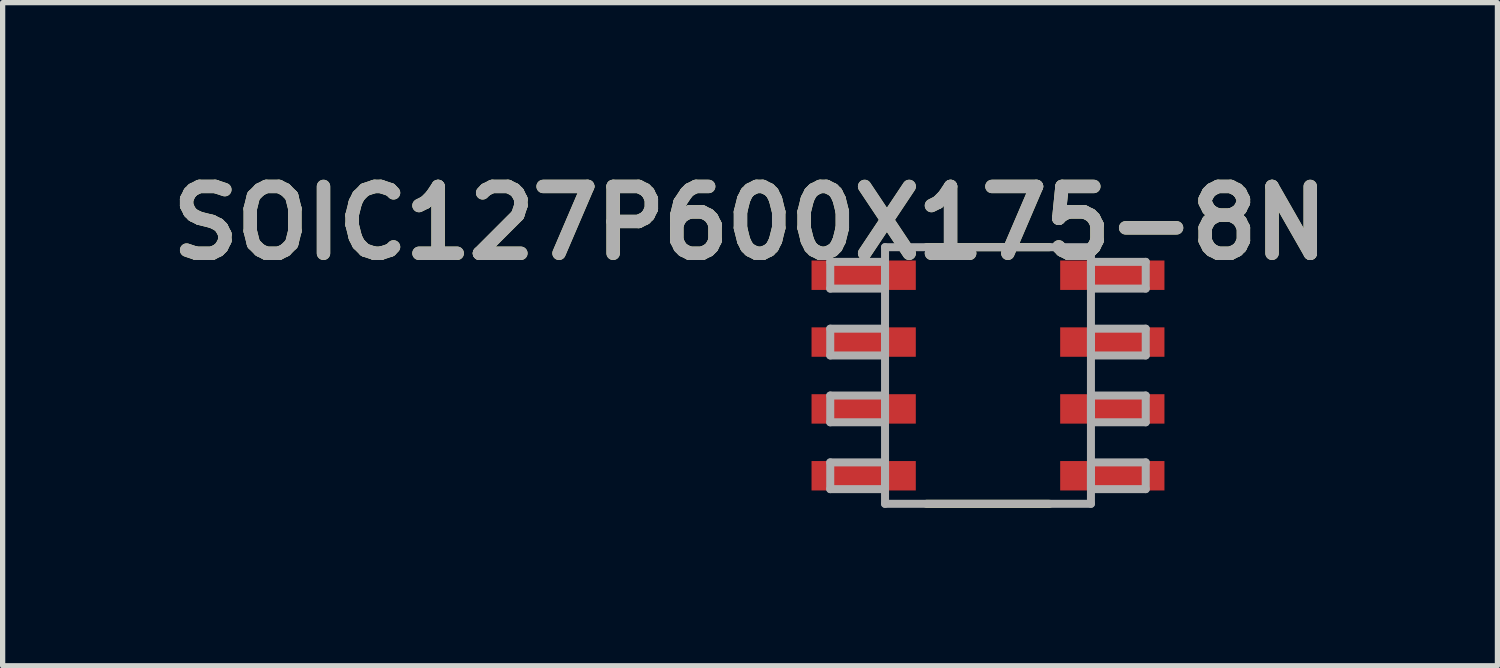
<source format=kicad_pcb>
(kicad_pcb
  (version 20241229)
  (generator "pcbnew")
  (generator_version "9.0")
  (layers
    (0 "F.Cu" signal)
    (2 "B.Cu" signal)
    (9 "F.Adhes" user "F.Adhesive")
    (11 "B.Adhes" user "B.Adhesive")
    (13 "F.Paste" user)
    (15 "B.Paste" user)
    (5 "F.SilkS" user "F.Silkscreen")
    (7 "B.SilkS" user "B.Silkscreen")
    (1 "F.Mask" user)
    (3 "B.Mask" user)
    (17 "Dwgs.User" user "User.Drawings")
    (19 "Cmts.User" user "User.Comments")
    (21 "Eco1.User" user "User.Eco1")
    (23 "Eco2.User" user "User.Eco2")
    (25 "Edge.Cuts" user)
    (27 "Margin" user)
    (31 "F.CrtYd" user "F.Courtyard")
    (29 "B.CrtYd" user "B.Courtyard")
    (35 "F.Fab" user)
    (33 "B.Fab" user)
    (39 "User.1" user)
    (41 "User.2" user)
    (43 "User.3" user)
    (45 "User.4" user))
  (footprint "SOIC127P600X175-8N"
    (layer "F.Cu")
    (at 15.721 4.084)
    (property "Reference" "SOIC127P600X175-8N" (at -4.521 -2.896 0) (layer "F.SilkS") (effects (font (size 1.27 1.27) (thickness 0.254))))
    (attr smd)
    (fp_line (start -1.168 2.438) (end 1.168 2.438) (stroke (width 0.152) (type solid)) (layer "F.SilkS"))
    (fp_line (start -0.305 -2.438) (end -1.168 -2.438) (stroke (width 0.152) (type solid)) (layer "F.SilkS"))
    (fp_line (start 0.305 -2.438) (end -0.305 -2.438) (stroke (width 0.152) (type solid)) (layer "F.SilkS"))
    (fp_line (start 1.168 -2.438) (end 0.305 -2.438) (stroke (width 0.152) (type solid)) (layer "F.SilkS"))
    (fp_line (start -2.997 -2.159) (end -2.997 -1.651) (stroke (width 0.152) (type solid)) (layer "F.Fab"))
    (fp_line (start -2.997 -1.651) (end -1.956 -1.651) (stroke (width 0.152) (type solid)) (layer "F.Fab"))
    (fp_line (start -2.997 -0.889) (end -2.997 -0.381) (stroke (width 0.152) (type solid)) (layer "F.Fab"))
    (fp_line (start -2.997 -0.381) (end -1.956 -0.381) (stroke (width 0.152) (type solid)) (layer "F.Fab"))
    (fp_line (start -2.997 0.381) (end -2.997 0.889) (stroke (width 0.152) (type solid)) (layer "F.Fab"))
    (fp_line (start -2.997 0.889) (end -1.956 0.889) (stroke (width 0.152) (type solid)) (layer "F.Fab"))
    (fp_line (start -2.997 1.651) (end -2.997 2.159) (stroke (width 0.152) (type solid)) (layer "F.Fab"))
    (fp_line (start -2.997 2.159) (end -1.956 2.159) (stroke (width 0.152) (type solid)) (layer "F.Fab"))
    (fp_line (start -1.956 -2.438) (end -1.956 2.438) (stroke (width 0.152) (type solid)) (layer "F.Fab"))
    (fp_line (start -1.956 -2.159) (end -2.997 -2.159) (stroke (width 0.152) (type solid)) (layer "F.Fab"))
    (fp_line (start -1.956 -1.651) (end -1.956 -2.159) (stroke (width 0.152) (type solid)) (layer "F.Fab"))
    (fp_line (start -1.956 -0.889) (end -2.997 -0.889) (stroke (width 0.152) (type solid)) (layer "F.Fab"))
    (fp_line (start -1.956 -0.381) (end -1.956 -0.889) (stroke (width 0.152) (type solid)) (layer "F.Fab"))
    (fp_line (start -1.956 0.381) (end -2.997 0.381) (stroke (width 0.152) (type solid)) (layer "F.Fab"))
    (fp_line (start -1.956 0.889) (end -1.956 0.381) (stroke (width 0.152) (type solid)) (layer "F.Fab"))
    (fp_line (start -1.956 1.651) (end -2.997 1.651) (stroke (width 0.152) (type solid)) (layer "F.Fab"))
    (fp_line (start -1.956 2.159) (end -1.956 1.651) (stroke (width 0.152) (type solid)) (layer "F.Fab"))
    (fp_line (start -1.956 2.438) (end 1.956 2.438) (stroke (width 0.152) (type solid)) (layer "F.Fab"))
    (fp_line (start -0.305 -2.438) (end -1.956 -2.438) (stroke (width 0.152) (type solid)) (layer "F.Fab"))
    (fp_line (start 0.305 -2.438) (end -0.305 -2.438) (stroke (width 0.152) (type solid)) (layer "F.Fab"))
    (fp_line (start 1.956 -2.438) (end 0.305 -2.438) (stroke (width 0.152) (type solid)) (layer "F.Fab"))
    (fp_line (start 1.956 -2.159) (end 1.956 -1.651) (stroke (width 0.152) (type solid)) (layer "F.Fab"))
    (fp_line (start 1.956 -1.651) (end 2.997 -1.651) (stroke (width 0.152) (type solid)) (layer "F.Fab"))
    (fp_line (start 1.956 -0.889) (end 1.956 -0.381) (stroke (width 0.152) (type solid)) (layer "F.Fab"))
    (fp_line (start 1.956 -0.381) (end 2.997 -0.381) (stroke (width 0.152) (type solid)) (layer "F.Fab"))
    (fp_line (start 1.956 0.381) (end 1.956 0.889) (stroke (width 0.152) (type solid)) (layer "F.Fab"))
    (fp_line (start 1.956 0.889) (end 2.997 0.889) (stroke (width 0.152) (type solid)) (layer "F.Fab"))
    (fp_line (start 1.956 1.651) (end 1.956 2.159) (stroke (width 0.152) (type solid)) (layer "F.Fab"))
    (fp_line (start 1.956 2.159) (end 2.997 2.159) (stroke (width 0.152) (type solid)) (layer "F.Fab"))
    (fp_line (start 1.956 2.438) (end 1.956 -2.438) (stroke (width 0.152) (type solid)) (layer "F.Fab"))
    (fp_line (start 2.997 -2.159) (end 1.956 -2.159) (stroke (width 0.152) (type solid)) (layer "F.Fab"))
    (fp_line (start 2.997 -1.651) (end 2.997 -2.159) (stroke (width 0.152) (type solid)) (layer "F.Fab"))
    (fp_line (start 2.997 -0.889) (end 1.956 -0.889) (stroke (width 0.152) (type solid)) (layer "F.Fab"))
    (fp_line (start 2.997 -0.381) (end 2.997 -0.889) (stroke (width 0.152) (type solid)) (layer "F.Fab"))
    (fp_line (start 2.997 0.381) (end 1.956 0.381) (stroke (width 0.152) (type solid)) (layer "F.Fab"))
    (fp_line (start 2.997 0.889) (end 2.997 0.381) (stroke (width 0.152) (type solid)) (layer "F.Fab"))
    (fp_line (start 2.997 1.651) (end 1.956 1.651) (stroke (width 0.152) (type solid)) (layer "F.Fab"))
    (fp_line (start 2.997 2.159) (end 2.997 1.651) (stroke (width 0.152) (type solid)) (layer "F.Fab"))
    (fp_text user "${REFERENCE}" (at -4.521 -2.896 0) (layer "F.Fab") (effects (font (size 1.27 1.27) (thickness 0.254))))
    (pad "1" smd rect (at -2.362 -1.905 90) (size 0.559 1.981) (layers "F.Cu" "F.Mask" "F.Paste"))
    (pad "2" smd rect (at -2.362 -0.635 90) (size 0.559 1.981) (layers "F.Cu" "F.Mask" "F.Paste"))
    (pad "3" smd rect (at -2.362 0.635 90) (size 0.559 1.981) (layers "F.Cu" "F.Mask" "F.Paste"))
    (pad "4" smd rect (at -2.362 1.905 90) (size 0.559 1.981) (layers "F.Cu" "F.Mask" "F.Paste"))
    (pad "5" smd rect (at 2.362 1.905 90) (size 0.559 1.981) (layers "F.Cu" "F.Mask" "F.Paste"))
    (pad "6" smd rect (at 2.362 0.635 90) (size 0.559 1.981) (layers "F.Cu" "F.Mask" "F.Paste"))
    (pad "7" smd rect (at 2.362 -0.635 90) (size 0.559 1.981) (layers "F.Cu" "F.Mask" "F.Paste"))
    (pad "8" smd rect (at 2.362 -1.905 90) (size 0.559 1.981) (layers "F.Cu" "F.Mask" "F.Paste")))
  (gr_rect
    (start -3 -3)
    (end 25.4 9.599)
    (stroke (width 0.1) (type default))
    (fill no)
    (layer "Edge.Cuts")))
</source>
